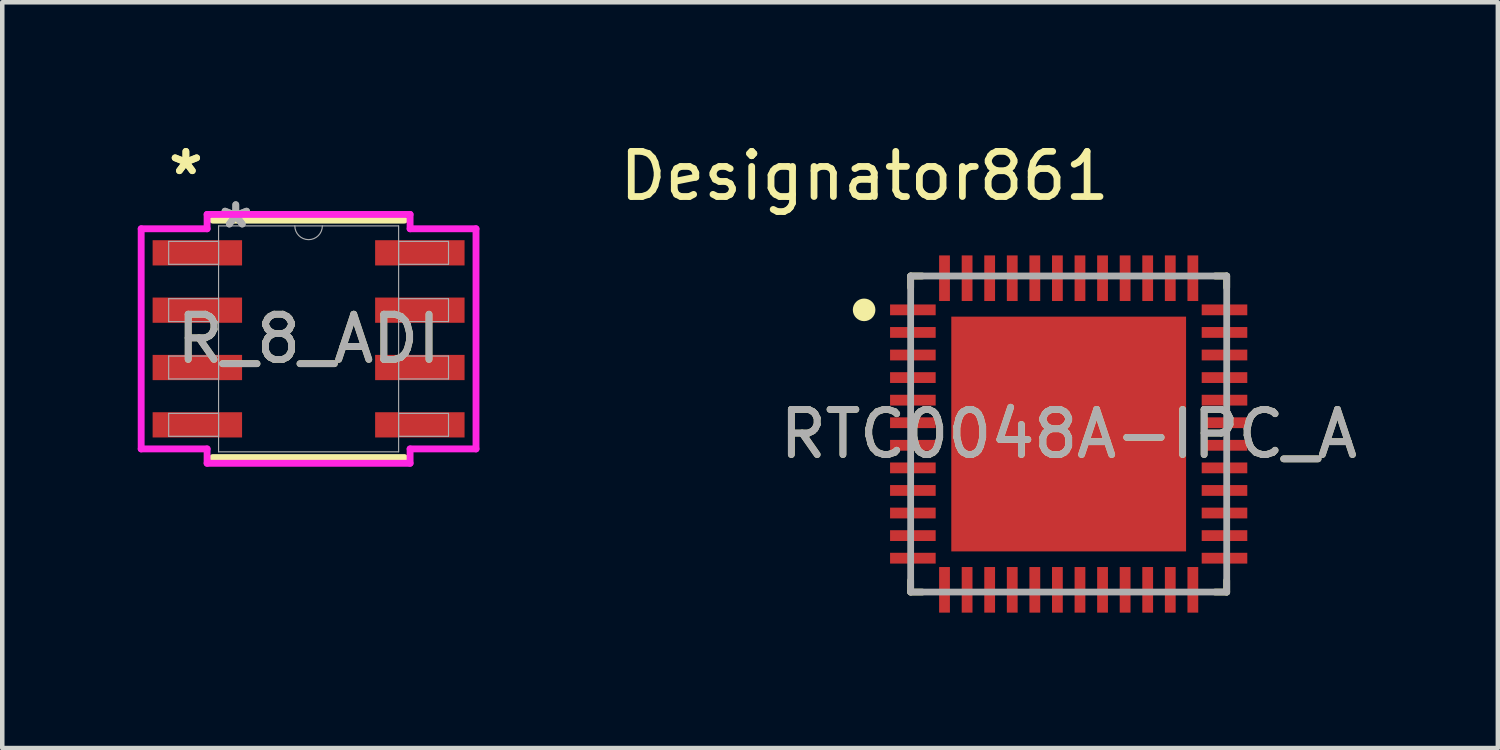
<source format=kicad_pcb>
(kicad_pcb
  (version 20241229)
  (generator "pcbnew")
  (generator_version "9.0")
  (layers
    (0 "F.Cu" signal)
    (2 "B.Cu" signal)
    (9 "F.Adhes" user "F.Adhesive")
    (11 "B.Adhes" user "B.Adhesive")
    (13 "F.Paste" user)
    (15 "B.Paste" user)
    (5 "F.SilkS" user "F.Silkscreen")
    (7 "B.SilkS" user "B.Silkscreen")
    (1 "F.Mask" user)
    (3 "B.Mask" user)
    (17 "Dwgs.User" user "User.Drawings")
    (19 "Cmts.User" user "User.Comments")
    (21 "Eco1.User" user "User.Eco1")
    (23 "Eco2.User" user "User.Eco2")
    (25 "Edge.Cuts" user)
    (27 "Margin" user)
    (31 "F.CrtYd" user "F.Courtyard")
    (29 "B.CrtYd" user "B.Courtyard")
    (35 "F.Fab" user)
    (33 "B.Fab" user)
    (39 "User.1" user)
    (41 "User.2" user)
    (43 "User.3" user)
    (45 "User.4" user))
  (footprint "R_8_ADI"
    (layer "F.Cu")
    (at 3.785 4.455)
    (property "Reference" "R_8_ADI" (at 0 0 0) (unlocked yes) (layer "F.SilkS") (effects (font (size 1 1) (thickness 0.15))))
    (attr smd)
    (fp_line (start -2.121 2.629) (end 2.121 2.629) (stroke (width 0.152) (type solid)) (layer "F.SilkS"))
    (fp_line (start 2.121 -2.629) (end -2.121 -2.629) (stroke (width 0.152) (type solid)) (layer "F.SilkS"))
    (fp_line (start -3.708 -2.438) (end -2.248 -2.438) (stroke (width 0.152) (type solid)) (layer "F.CrtYd"))
    (fp_line (start -3.708 2.438) (end -3.708 -2.438) (stroke (width 0.152) (type solid)) (layer "F.CrtYd"))
    (fp_line (start -3.708 2.438) (end -2.248 2.438) (stroke (width 0.152) (type solid)) (layer "F.CrtYd"))
    (fp_line (start -2.248 -2.756) (end 2.248 -2.756) (stroke (width 0.152) (type solid)) (layer "F.CrtYd"))
    (fp_line (start -2.248 -2.438) (end -2.248 -2.756) (stroke (width 0.152) (type solid)) (layer "F.CrtYd"))
    (fp_line (start -2.248 2.756) (end -2.248 2.438) (stroke (width 0.152) (type solid)) (layer "F.CrtYd"))
    (fp_line (start 2.248 -2.756) (end 2.248 -2.438) (stroke (width 0.152) (type solid)) (layer "F.CrtYd"))
    (fp_line (start 2.248 2.438) (end 2.248 2.756) (stroke (width 0.152) (type solid)) (layer "F.CrtYd"))
    (fp_line (start 2.248 2.756) (end -2.248 2.756) (stroke (width 0.152) (type solid)) (layer "F.CrtYd"))
    (fp_line (start 3.708 -2.438) (end 2.248 -2.438) (stroke (width 0.152) (type solid)) (layer "F.CrtYd"))
    (fp_line (start 3.708 -2.438) (end 3.708 2.438) (stroke (width 0.152) (type solid)) (layer "F.CrtYd"))
    (fp_line (start 3.708 2.438) (end 2.248 2.438) (stroke (width 0.152) (type solid)) (layer "F.CrtYd"))
    (fp_line (start -3.099 -2.159) (end -3.099 -1.651) (stroke (width 0.025) (type solid)) (layer "F.Fab"))
    (fp_line (start -3.099 -1.651) (end -1.994 -1.651) (stroke (width 0.025) (type solid)) (layer "F.Fab"))
    (fp_line (start -3.099 -0.889) (end -3.099 -0.381) (stroke (width 0.025) (type solid)) (layer "F.Fab"))
    (fp_line (start -3.099 -0.381) (end -1.994 -0.381) (stroke (width 0.025) (type solid)) (layer "F.Fab"))
    (fp_line (start -3.099 0.381) (end -3.099 0.889) (stroke (width 0.025) (type solid)) (layer "F.Fab"))
    (fp_line (start -3.099 0.889) (end -1.994 0.889) (stroke (width 0.025) (type solid)) (layer "F.Fab"))
    (fp_line (start -3.099 1.651) (end -3.099 2.159) (stroke (width 0.025) (type solid)) (layer "F.Fab"))
    (fp_line (start -3.099 2.159) (end -1.994 2.159) (stroke (width 0.025) (type solid)) (layer "F.Fab"))
    (fp_line (start -1.994 -2.502) (end -1.994 2.502) (stroke (width 0.025) (type solid)) (layer "F.Fab"))
    (fp_line (start -1.994 -2.159) (end -3.099 -2.159) (stroke (width 0.025) (type solid)) (layer "F.Fab"))
    (fp_line (start -1.994 -1.651) (end -1.994 -2.159) (stroke (width 0.025) (type solid)) (layer "F.Fab"))
    (fp_line (start -1.994 -0.889) (end -3.099 -0.889) (stroke (width 0.025) (type solid)) (layer "F.Fab"))
    (fp_line (start -1.994 -0.381) (end -1.994 -0.889) (stroke (width 0.025) (type solid)) (layer "F.Fab"))
    (fp_line (start -1.994 0.381) (end -3.099 0.381) (stroke (width 0.025) (type solid)) (layer "F.Fab"))
    (fp_line (start -1.994 0.889) (end -1.994 0.381) (stroke (width 0.025) (type solid)) (layer "F.Fab"))
    (fp_line (start -1.994 1.651) (end -3.099 1.651) (stroke (width 0.025) (type solid)) (layer "F.Fab"))
    (fp_line (start -1.994 2.159) (end -1.994 1.651) (stroke (width 0.025) (type solid)) (layer "F.Fab"))
    (fp_line (start -1.994 2.502) (end 1.994 2.502) (stroke (width 0.025) (type solid)) (layer "F.Fab"))
    (fp_line (start 1.994 -2.502) (end -1.994 -2.502) (stroke (width 0.025) (type solid)) (layer "F.Fab"))
    (fp_line (start 1.994 -2.159) (end 1.994 -1.651) (stroke (width 0.025) (type solid)) (layer "F.Fab"))
    (fp_line (start 1.994 -1.651) (end 3.099 -1.651) (stroke (width 0.025) (type solid)) (layer "F.Fab"))
    (fp_line (start 1.994 -0.889) (end 1.994 -0.381) (stroke (width 0.025) (type solid)) (layer "F.Fab"))
    (fp_line (start 1.994 -0.381) (end 3.099 -0.381) (stroke (width 0.025) (type solid)) (layer "F.Fab"))
    (fp_line (start 1.994 0.381) (end 1.994 0.889) (stroke (width 0.025) (type solid)) (layer "F.Fab"))
    (fp_line (start 1.994 0.889) (end 3.099 0.889) (stroke (width 0.025) (type solid)) (layer "F.Fab"))
    (fp_line (start 1.994 1.651) (end 1.994 2.159) (stroke (width 0.025) (type solid)) (layer "F.Fab"))
    (fp_line (start 1.994 2.159) (end 3.099 2.159) (stroke (width 0.025) (type solid)) (layer "F.Fab"))
    (fp_line (start 1.994 2.502) (end 1.994 -2.502) (stroke (width 0.025) (type solid)) (layer "F.Fab"))
    (fp_line (start 3.099 -2.159) (end 1.994 -2.159) (stroke (width 0.025) (type solid)) (layer "F.Fab"))
    (fp_line (start 3.099 -1.651) (end 3.099 -2.159) (stroke (width 0.025) (type solid)) (layer "F.Fab"))
    (fp_line (start 3.099 -0.889) (end 1.994 -0.889) (stroke (width 0.025) (type solid)) (layer "F.Fab"))
    (fp_line (start 3.099 -0.381) (end 3.099 -0.889) (stroke (width 0.025) (type solid)) (layer "F.Fab"))
    (fp_line (start 3.099 0.381) (end 1.994 0.381) (stroke (width 0.025) (type solid)) (layer "F.Fab"))
    (fp_line (start 3.099 0.889) (end 3.099 0.381) (stroke (width 0.025) (type solid)) (layer "F.Fab"))
    (fp_line (start 3.099 1.651) (end 1.994 1.651) (stroke (width 0.025) (type solid)) (layer "F.Fab"))
    (fp_line (start 3.099 2.159) (end 3.099 1.651) (stroke (width 0.025) (type solid)) (layer "F.Fab"))
    (fp_arc (start 0.3048 -2.5019) (mid 0 -2.1971) (end -0.3048 -2.5019) (stroke (width 0.0254) (type solid)) (layer "F.Fab"))
    (fp_text user "*" (at -2.718 -3.607 0) (layer "F.SilkS") (effects (font (size 1 1) (thickness 0.15))))
    (fp_text user "*" (at -2.718 -3.607 0) (unlocked yes) (layer "F.SilkS") (effects (font (size 1 1) (thickness 0.15))))
    (fp_text user "${REFERENCE}" (at 0 0 0) (unlocked yes) (layer "F.Fab") (effects (font (size 1 1) (thickness 0.15))))
    (fp_text user "*" (at -1.613 -2.426 0) (layer "F.Fab") (effects (font (size 1 1) (thickness 0.15))))
    (fp_text user "*" (at -1.613 -2.426 0) (unlocked yes) (layer "F.Fab") (effects (font (size 1 1) (thickness 0.15))))
    (pad "1" smd rect (at -2.464 -1.905) (size 1.981 0.559) (layers "F.Cu" "F.Mask" "F.Paste"))
    (pad "2" smd rect (at -2.464 -0.635) (size 1.981 0.559) (layers "F.Cu" "F.Mask" "F.Paste"))
    (pad "3" smd rect (at -2.464 0.635) (size 1.981 0.559) (layers "F.Cu" "F.Mask" "F.Paste"))
    (pad "4" smd rect (at -2.464 1.905) (size 1.981 0.559) (layers "F.Cu" "F.Mask" "F.Paste"))
    (pad "5" smd rect (at 2.464 1.905) (size 1.981 0.559) (layers "F.Cu" "F.Mask" "F.Paste"))
    (pad "6" smd rect (at 2.464 0.635) (size 1.981 0.559) (layers "F.Cu" "F.Mask" "F.Paste"))
    (pad "7" smd rect (at 2.464 -0.635) (size 1.981 0.559) (layers "F.Cu" "F.Mask" "F.Paste"))
    (pad "8" smd rect (at 2.464 -1.905) (size 1.981 0.559) (layers "F.Cu" "F.Mask" "F.Paste")))
  (footprint "RTC0048A-IPC_A"
    (layer "F.Cu")
    (at 20.62 6.563)
    (property "Reference" "RTC0048A-IPC_A" (at 0 0 0) (unlocked yes) (layer "F.SilkS") (effects (font (size 1 1) (thickness 0.15))))
    (attr smd)
    (fp_line (start -3.5 -3.5) (end -3.245 -3.5) (stroke (width 0.15) (type solid)) (layer "F.SilkS"))
    (fp_line (start -3.5 -3.245) (end -3.5 -3.5) (stroke (width 0.15) (type solid)) (layer "F.SilkS"))
    (fp_line (start -3.5 3.5) (end -3.5 3.245) (stroke (width 0.15) (type solid)) (layer "F.SilkS"))
    (fp_line (start -3.5 3.5) (end -3.245 3.5) (stroke (width 0.15) (type solid)) (layer "F.SilkS"))
    (fp_line (start 3.245 -3.5) (end 3.5 -3.5) (stroke (width 0.15) (type solid)) (layer "F.SilkS"))
    (fp_line (start 3.245 3.5) (end 3.5 3.5) (stroke (width 0.15) (type solid)) (layer "F.SilkS"))
    (fp_line (start 3.5 -3.245) (end 3.5 -3.5) (stroke (width 0.15) (type solid)) (layer "F.SilkS"))
    (fp_line (start 3.5 3.5) (end 3.5 3.245) (stroke (width 0.15) (type solid)) (layer "F.SilkS"))
    (fp_circle (center -4.531 -2.75) (end -4.406 -2.75) (stroke (width 0.25) (type solid)) (fill no) (layer "F.SilkS"))
    (fp_poly (pts (xy -1.963 -0.319) (xy -0.319 -0.319) (xy -0.319 -1.963) (xy -1.963 -1.963)) (stroke (width 0) (type solid)) (fill yes) (layer "F.Paste"))
    (fp_poly (pts (xy -1.963 1.963) (xy -0.319 1.963) (xy -0.319 0.319) (xy -1.963 0.319)) (stroke (width 0) (type solid)) (fill yes) (layer "F.Paste"))
    (fp_poly (pts (xy 0.319 -0.319) (xy 1.963 -0.319) (xy 1.963 -1.963) (xy 0.319 -1.963)) (stroke (width 0) (type solid)) (fill yes) (layer "F.Paste"))
    (fp_poly (pts (xy 0.319 1.963) (xy 1.963 1.963) (xy 1.963 0.319) (xy 0.319 0.319)) (stroke (width 0) (type solid)) (fill yes) (layer "F.Paste"))
    (fp_line (start -3.5 -3.5) (end 3.5 -3.5) (stroke (width 0.15) (type solid)) (layer "F.Fab"))
    (fp_line (start -3.5 3.5) (end -3.5 -3.5) (stroke (width 0.15) (type solid)) (layer "F.Fab"))
    (fp_line (start -3.5 3.5) (end 3.5 3.5) (stroke (width 0.15) (type solid)) (layer "F.Fab"))
    (fp_line (start 3.5 3.5) (end 3.5 -3.5) (stroke (width 0.15) (type solid)) (layer "F.Fab"))
    (fp_text user "Designator861" (at -4.521 -5.715 0) (unlocked yes) (layer "F.SilkS") (effects (font (size 1 1) (thickness 0.15))))
    (fp_text user "${REFERENCE}" (at 0 0 0) (unlocked yes) (layer "F.Fab") (effects (font (size 1 1) (thickness 0.15))))
    (pad "1" smd rect (at -3.451 -2.75 90) (size 0.239 1.01) (layers "F.Cu" "F.Mask" "F.Paste"))
    (pad "2" smd rect (at -3.451 -2.25 90) (size 0.239 1.01) (layers "F.Cu" "F.Mask" "F.Paste"))
    (pad "3" smd rect (at -3.451 -1.75 90) (size 0.239 1.01) (layers "F.Cu" "F.Mask" "F.Paste"))
    (pad "4" smd rect (at -3.451 -1.25 90) (size 0.239 1.01) (layers "F.Cu" "F.Mask" "F.Paste"))
    (pad "5" smd rect (at -3.451 -0.75 90) (size 0.239 1.01) (layers "F.Cu" "F.Mask" "F.Paste"))
    (pad "6" smd rect (at -3.451 -0.25 90) (size 0.239 1.01) (layers "F.Cu" "F.Mask" "F.Paste"))
    (pad "7" smd rect (at -3.451 0.25 90) (size 0.239 1.01) (layers "F.Cu" "F.Mask" "F.Paste"))
    (pad "8" smd rect (at -3.451 0.75 90) (size 0.239 1.01) (layers "F.Cu" "F.Mask" "F.Paste"))
    (pad "9" smd rect (at -3.451 1.25 90) (size 0.239 1.01) (layers "F.Cu" "F.Mask" "F.Paste"))
    (pad "10" smd rect (at -3.451 1.75 90) (size 0.239 1.01) (layers "F.Cu" "F.Mask" "F.Paste"))
    (pad "11" smd rect (at -3.451 2.25 90) (size 0.239 1.01) (layers "F.Cu" "F.Mask" "F.Paste"))
    (pad "12" smd rect (at -3.451 2.75 90) (size 0.239 1.01) (layers "F.Cu" "F.Mask" "F.Paste"))
    (pad "13" smd rect (at -2.75 3.451) (size 0.239 1.01) (layers "F.Cu" "F.Mask" "F.Paste"))
    (pad "14" smd rect (at -2.25 3.451) (size 0.239 1.01) (layers "F.Cu" "F.Mask" "F.Paste"))
    (pad "15" smd rect (at -1.75 3.451) (size 0.239 1.01) (layers "F.Cu" "F.Mask" "F.Paste"))
    (pad "16" smd rect (at -1.25 3.451) (size 0.239 1.01) (layers "F.Cu" "F.Mask" "F.Paste"))
    (pad "17" smd rect (at -0.75 3.451) (size 0.239 1.01) (layers "F.Cu" "F.Mask" "F.Paste"))
    (pad "18" smd rect (at -0.25 3.451) (size 0.239 1.01) (layers "F.Cu" "F.Mask" "F.Paste"))
    (pad "19" smd rect (at 0.25 3.451) (size 0.239 1.01) (layers "F.Cu" "F.Mask" "F.Paste"))
    (pad "20" smd rect (at 0.75 3.451) (size 0.239 1.01) (layers "F.Cu" "F.Mask" "F.Paste"))
    (pad "21" smd rect (at 1.25 3.451) (size 0.239 1.01) (layers "F.Cu" "F.Mask" "F.Paste"))
    (pad "22" smd rect (at 1.75 3.451) (size 0.239 1.01) (layers "F.Cu" "F.Mask" "F.Paste"))
    (pad "23" smd rect (at 2.25 3.451) (size 0.239 1.01) (layers "F.Cu" "F.Mask" "F.Paste"))
    (pad "24" smd rect (at 2.75 3.451) (size 0.239 1.01) (layers "F.Cu" "F.Mask" "F.Paste"))
    (pad "25" smd rect (at 3.451 2.75 90) (size 0.239 1.01) (layers "F.Cu" "F.Mask" "F.Paste"))
    (pad "26" smd rect (at 3.451 2.25 90) (size 0.239 1.01) (layers "F.Cu" "F.Mask" "F.Paste"))
    (pad "27" smd rect (at 3.451 1.75 90) (size 0.239 1.01) (layers "F.Cu" "F.Mask" "F.Paste"))
    (pad "28" smd rect (at 3.451 1.25 90) (size 0.239 1.01) (layers "F.Cu" "F.Mask" "F.Paste"))
    (pad "29" smd rect (at 3.451 0.75 90) (size 0.239 1.01) (layers "F.Cu" "F.Mask" "F.Paste"))
    (pad "30" smd rect (at 3.451 0.25 90) (size 0.239 1.01) (layers "F.Cu" "F.Mask" "F.Paste"))
    (pad "31" smd rect (at 3.451 -0.25 90) (size 0.239 1.01) (layers "F.Cu" "F.Mask" "F.Paste"))
    (pad "32" smd rect (at 3.451 -0.75 90) (size 0.239 1.01) (layers "F.Cu" "F.Mask" "F.Paste"))
    (pad "33" smd rect (at 3.451 -1.25 90) (size 0.239 1.01) (layers "F.Cu" "F.Mask" "F.Paste"))
    (pad "34" smd rect (at 3.451 -1.75 90) (size 0.239 1.01) (layers "F.Cu" "F.Mask" "F.Paste"))
    (pad "35" smd rect (at 3.451 -2.25 90) (size 0.239 1.01) (layers "F.Cu" "F.Mask" "F.Paste"))
    (pad "36" smd rect (at 3.451 -2.75 90) (size 0.239 1.01) (layers "F.Cu" "F.Mask" "F.Paste"))
    (pad "37" smd rect (at 2.75 -3.451) (size 0.239 1.01) (layers "F.Cu" "F.Mask" "F.Paste"))
    (pad "38" smd rect (at 2.25 -3.451) (size 0.239 1.01) (layers "F.Cu" "F.Mask" "F.Paste"))
    (pad "39" smd rect (at 1.75 -3.451) (size 0.239 1.01) (layers "F.Cu" "F.Mask" "F.Paste"))
    (pad "40" smd rect (at 1.25 -3.451) (size 0.239 1.01) (layers "F.Cu" "F.Mask" "F.Paste"))
    (pad "41" smd rect (at 0.75 -3.451) (size 0.239 1.01) (layers "F.Cu" "F.Mask" "F.Paste"))
    (pad "42" smd rect (at 0.25 -3.451) (size 0.239 1.01) (layers "F.Cu" "F.Mask" "F.Paste"))
    (pad "43" smd rect (at -0.25 -3.451) (size 0.239 1.01) (layers "F.Cu" "F.Mask" "F.Paste"))
    (pad "44" smd rect (at -0.75 -3.451) (size 0.239 1.01) (layers "F.Cu" "F.Mask" "F.Paste"))
    (pad "45" smd rect (at -1.25 -3.451) (size 0.239 1.01) (layers "F.Cu" "F.Mask" "F.Paste"))
    (pad "46" smd rect (at -1.75 -3.451) (size 0.239 1.01) (layers "F.Cu" "F.Mask" "F.Paste"))
    (pad "47" smd rect (at -2.25 -3.451) (size 0.239 1.01) (layers "F.Cu" "F.Mask" "F.Paste"))
    (pad "48" smd rect (at -2.75 -3.451) (size 0.239 1.01) (layers "F.Cu" "F.Mask" "F.Paste"))
    (pad "49" smd rect (at 0 0) (size 5.2 5.2) (layers "F.Cu" "F.Mask")))
  (gr_rect
    (start -3 -3)
    (end 30.126 13.519)
    (stroke (width 0.1) (type default))
    (fill no)
    (layer "Edge.Cuts")))
</source>
